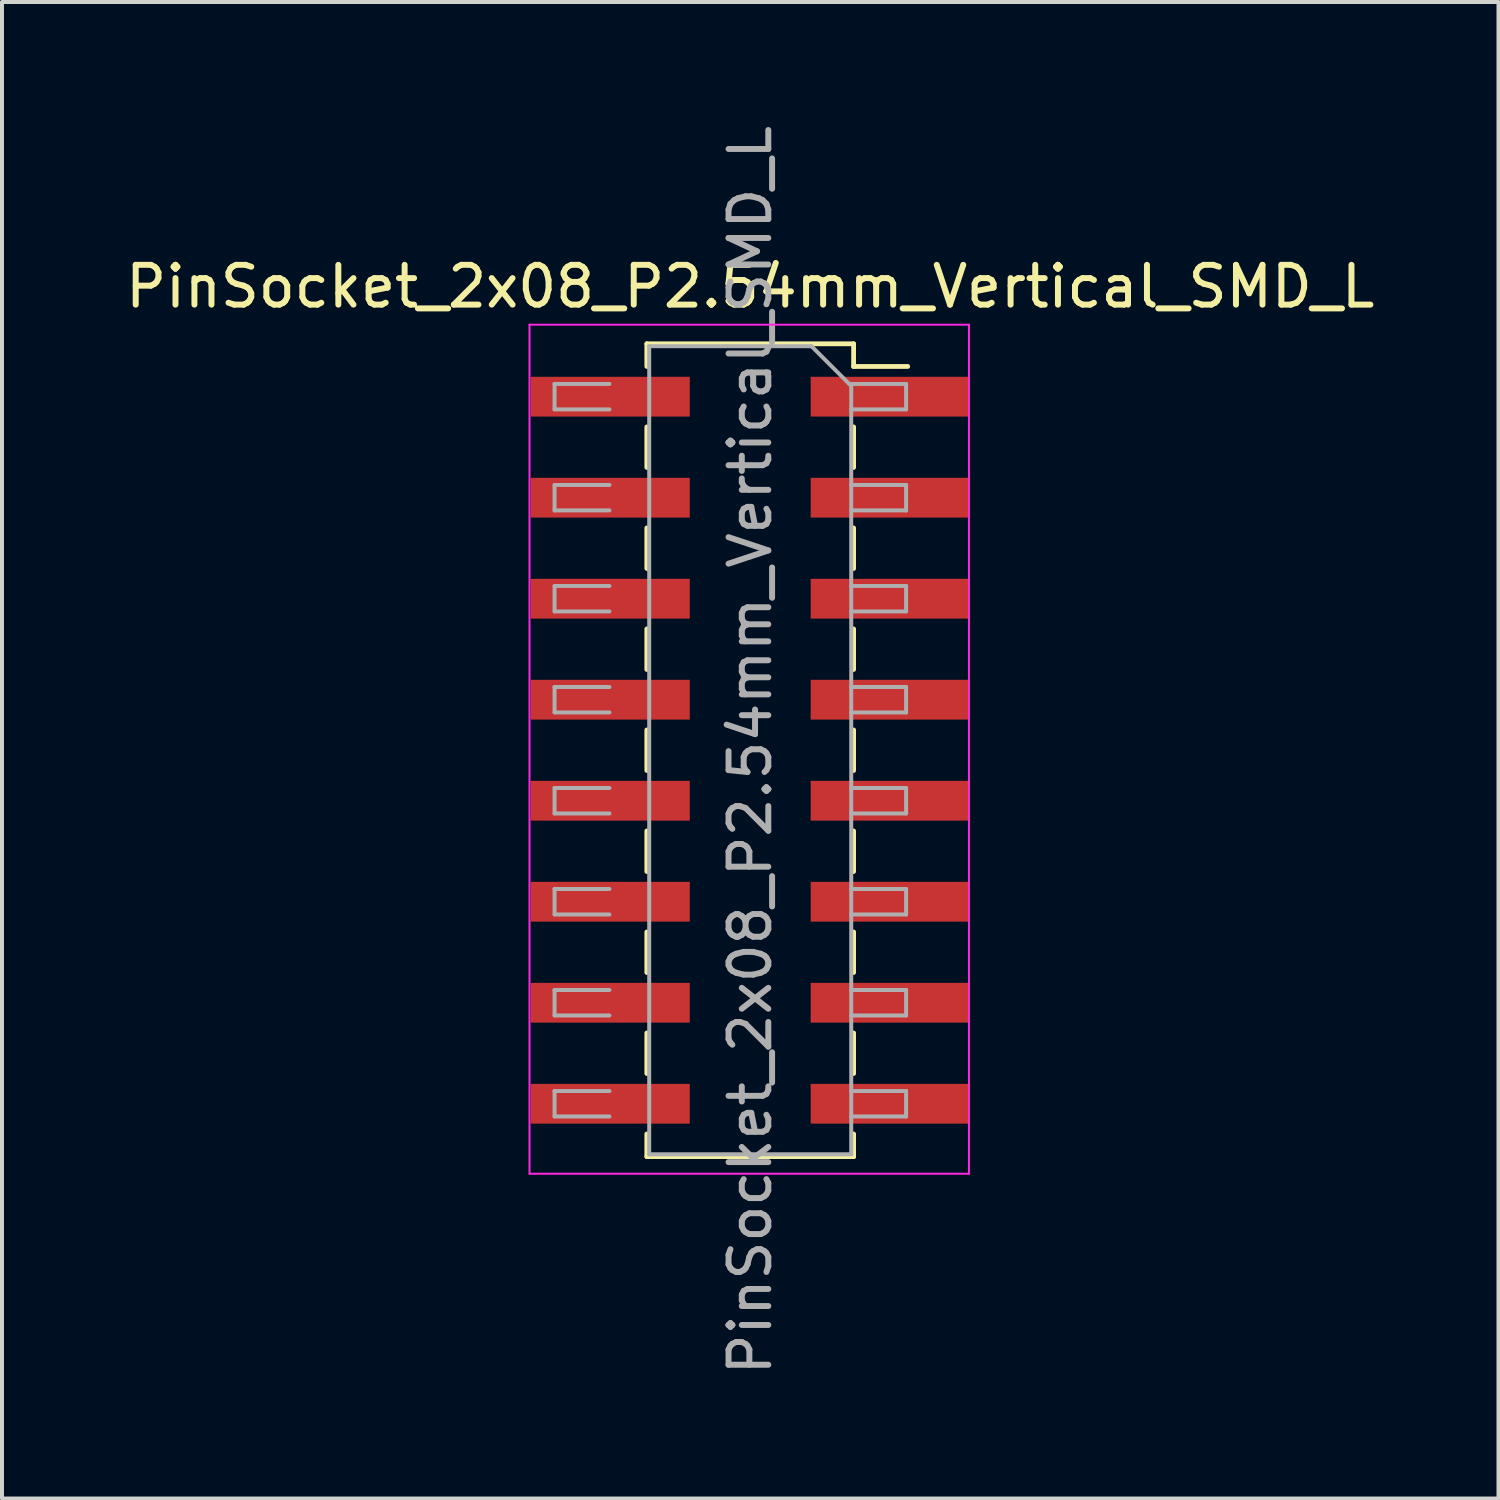
<source format=kicad_pcb>
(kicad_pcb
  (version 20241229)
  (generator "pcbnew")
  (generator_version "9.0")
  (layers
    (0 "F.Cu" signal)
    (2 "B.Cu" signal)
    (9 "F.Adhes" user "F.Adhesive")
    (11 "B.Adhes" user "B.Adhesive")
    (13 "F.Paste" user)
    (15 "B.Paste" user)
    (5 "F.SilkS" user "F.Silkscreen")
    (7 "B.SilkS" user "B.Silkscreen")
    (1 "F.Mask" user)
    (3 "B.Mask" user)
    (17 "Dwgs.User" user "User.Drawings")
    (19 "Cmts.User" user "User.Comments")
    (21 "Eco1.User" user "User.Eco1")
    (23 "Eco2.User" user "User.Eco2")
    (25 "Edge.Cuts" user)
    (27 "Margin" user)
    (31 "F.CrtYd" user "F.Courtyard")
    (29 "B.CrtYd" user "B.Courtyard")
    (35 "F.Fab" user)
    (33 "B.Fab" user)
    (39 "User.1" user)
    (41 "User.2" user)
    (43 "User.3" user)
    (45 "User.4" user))
  (footprint "PinSocket_2x08_P2.54mm_Vertical_SMD_L"
    (layer "F.Cu")
    (at 15.815 15.815)
    (property "Reference" "PinSocket_2x08_P2.54mm_Vertical_SMD_L" (at 0 -11.66 0) (layer "F.SilkS") (effects (font (size 1 1) (thickness 0.15))))
    (attr smd)
    (fp_line (start -2.6 -10.22) (end -2.6 -9.65) (stroke (width 0.12) (type solid)) (layer "F.SilkS"))
    (fp_line (start -2.6 -10.22) (end 2.6 -10.22) (stroke (width 0.12) (type solid)) (layer "F.SilkS"))
    (fp_line (start -2.6 -8.13) (end -2.6 -7.11) (stroke (width 0.12) (type solid)) (layer "F.SilkS"))
    (fp_line (start -2.6 -5.59) (end -2.6 -4.57) (stroke (width 0.12) (type solid)) (layer "F.SilkS"))
    (fp_line (start -2.6 -3.05) (end -2.6 -2.03) (stroke (width 0.12) (type solid)) (layer "F.SilkS"))
    (fp_line (start -2.6 -0.51) (end -2.6 0.51) (stroke (width 0.12) (type solid)) (layer "F.SilkS"))
    (fp_line (start -2.6 2.03) (end -2.6 3.05) (stroke (width 0.12) (type solid)) (layer "F.SilkS"))
    (fp_line (start -2.6 4.57) (end -2.6 5.59) (stroke (width 0.12) (type solid)) (layer "F.SilkS"))
    (fp_line (start -2.6 7.11) (end -2.6 8.13) (stroke (width 0.12) (type solid)) (layer "F.SilkS"))
    (fp_line (start -2.6 9.65) (end -2.6 10.22) (stroke (width 0.12) (type solid)) (layer "F.SilkS"))
    (fp_line (start -2.6 10.22) (end 2.6 10.22) (stroke (width 0.12) (type solid)) (layer "F.SilkS"))
    (fp_line (start 2.6 -10.22) (end 2.6 -9.65) (stroke (width 0.12) (type solid)) (layer "F.SilkS"))
    (fp_line (start 2.6 -9.65) (end 3.96 -9.65) (stroke (width 0.12) (type solid)) (layer "F.SilkS"))
    (fp_line (start 2.6 -8.13) (end 2.6 -7.11) (stroke (width 0.12) (type solid)) (layer "F.SilkS"))
    (fp_line (start 2.6 -5.59) (end 2.6 -4.57) (stroke (width 0.12) (type solid)) (layer "F.SilkS"))
    (fp_line (start 2.6 -3.05) (end 2.6 -2.03) (stroke (width 0.12) (type solid)) (layer "F.SilkS"))
    (fp_line (start 2.6 -0.51) (end 2.6 0.51) (stroke (width 0.12) (type solid)) (layer "F.SilkS"))
    (fp_line (start 2.6 2.03) (end 2.6 3.05) (stroke (width 0.12) (type solid)) (layer "F.SilkS"))
    (fp_line (start 2.6 4.57) (end 2.6 5.59) (stroke (width 0.12) (type solid)) (layer "F.SilkS"))
    (fp_line (start 2.6 7.11) (end 2.6 8.13) (stroke (width 0.12) (type solid)) (layer "F.SilkS"))
    (fp_line (start 2.6 9.65) (end 2.6 10.22) (stroke (width 0.12) (type solid)) (layer "F.SilkS"))
    (fp_line (start -5.55 -10.7) (end 5.5 -10.7) (stroke (width 0.05) (type solid)) (layer "F.CrtYd"))
    (fp_line (start -5.55 10.65) (end -5.55 -10.7) (stroke (width 0.05) (type solid)) (layer "F.CrtYd"))
    (fp_line (start 5.5 -10.7) (end 5.5 10.65) (stroke (width 0.05) (type solid)) (layer "F.CrtYd"))
    (fp_line (start 5.5 10.65) (end -5.55 10.65) (stroke (width 0.05) (type solid)) (layer "F.CrtYd"))
    (fp_line (start -4.92 -9.21) (end -3.54 -9.21) (stroke (width 0.1) (type solid)) (layer "F.Fab"))
    (fp_line (start -4.92 -8.57) (end -4.92 -9.21) (stroke (width 0.1) (type solid)) (layer "F.Fab"))
    (fp_line (start -4.92 -6.67) (end -3.54 -6.67) (stroke (width 0.1) (type solid)) (layer "F.Fab"))
    (fp_line (start -4.92 -6.03) (end -4.92 -6.67) (stroke (width 0.1) (type solid)) (layer "F.Fab"))
    (fp_line (start -4.92 -4.13) (end -3.54 -4.13) (stroke (width 0.1) (type solid)) (layer "F.Fab"))
    (fp_line (start -4.92 -3.49) (end -4.92 -4.13) (stroke (width 0.1) (type solid)) (layer "F.Fab"))
    (fp_line (start -4.92 -1.59) (end -3.54 -1.59) (stroke (width 0.1) (type solid)) (layer "F.Fab"))
    (fp_line (start -4.92 -0.95) (end -4.92 -1.59) (stroke (width 0.1) (type solid)) (layer "F.Fab"))
    (fp_line (start -4.92 0.95) (end -3.54 0.95) (stroke (width 0.1) (type solid)) (layer "F.Fab"))
    (fp_line (start -4.92 1.59) (end -4.92 0.95) (stroke (width 0.1) (type solid)) (layer "F.Fab"))
    (fp_line (start -4.92 3.49) (end -3.54 3.49) (stroke (width 0.1) (type solid)) (layer "F.Fab"))
    (fp_line (start -4.92 4.13) (end -4.92 3.49) (stroke (width 0.1) (type solid)) (layer "F.Fab"))
    (fp_line (start -4.92 6.03) (end -3.54 6.03) (stroke (width 0.1) (type solid)) (layer "F.Fab"))
    (fp_line (start -4.92 6.67) (end -4.92 6.03) (stroke (width 0.1) (type solid)) (layer "F.Fab"))
    (fp_line (start -4.92 8.57) (end -3.54 8.57) (stroke (width 0.1) (type solid)) (layer "F.Fab"))
    (fp_line (start -4.92 9.21) (end -4.92 8.57) (stroke (width 0.1) (type solid)) (layer "F.Fab"))
    (fp_line (start -3.54 -8.57) (end -4.92 -8.57) (stroke (width 0.1) (type solid)) (layer "F.Fab"))
    (fp_line (start -3.54 -6.03) (end -4.92 -6.03) (stroke (width 0.1) (type solid)) (layer "F.Fab"))
    (fp_line (start -3.54 -3.49) (end -4.92 -3.49) (stroke (width 0.1) (type solid)) (layer "F.Fab"))
    (fp_line (start -3.54 -0.95) (end -4.92 -0.95) (stroke (width 0.1) (type solid)) (layer "F.Fab"))
    (fp_line (start -3.54 1.59) (end -4.92 1.59) (stroke (width 0.1) (type solid)) (layer "F.Fab"))
    (fp_line (start -3.54 4.13) (end -4.92 4.13) (stroke (width 0.1) (type solid)) (layer "F.Fab"))
    (fp_line (start -3.54 6.67) (end -4.92 6.67) (stroke (width 0.1) (type solid)) (layer "F.Fab"))
    (fp_line (start -3.54 9.21) (end -4.92 9.21) (stroke (width 0.1) (type solid)) (layer "F.Fab"))
    (fp_line (start -2.54 -10.16) (end 1.54 -10.16) (stroke (width 0.1) (type solid)) (layer "F.Fab"))
    (fp_line (start -2.54 10.16) (end -2.54 -10.16) (stroke (width 0.1) (type solid)) (layer "F.Fab"))
    (fp_line (start 1.54 -10.16) (end 2.54 -9.16) (stroke (width 0.1) (type solid)) (layer "F.Fab"))
    (fp_line (start 2.54 -9.21) (end 3.92 -9.21) (stroke (width 0.1) (type solid)) (layer "F.Fab"))
    (fp_line (start 2.54 -9.16) (end 2.54 10.16) (stroke (width 0.1) (type solid)) (layer "F.Fab"))
    (fp_line (start 2.54 -6.67) (end 3.92 -6.67) (stroke (width 0.1) (type solid)) (layer "F.Fab"))
    (fp_line (start 2.54 -4.13) (end 3.92 -4.13) (stroke (width 0.1) (type solid)) (layer "F.Fab"))
    (fp_line (start 2.54 -1.59) (end 3.92 -1.59) (stroke (width 0.1) (type solid)) (layer "F.Fab"))
    (fp_line (start 2.54 0.95) (end 3.92 0.95) (stroke (width 0.1) (type solid)) (layer "F.Fab"))
    (fp_line (start 2.54 3.49) (end 3.92 3.49) (stroke (width 0.1) (type solid)) (layer "F.Fab"))
    (fp_line (start 2.54 6.03) (end 3.92 6.03) (stroke (width 0.1) (type solid)) (layer "F.Fab"))
    (fp_line (start 2.54 8.57) (end 3.92 8.57) (stroke (width 0.1) (type solid)) (layer "F.Fab"))
    (fp_line (start 2.54 10.16) (end -2.54 10.16) (stroke (width 0.1) (type solid)) (layer "F.Fab"))
    (fp_line (start 3.92 -9.21) (end 3.92 -8.57) (stroke (width 0.1) (type solid)) (layer "F.Fab"))
    (fp_line (start 3.92 -8.57) (end 2.54 -8.57) (stroke (width 0.1) (type solid)) (layer "F.Fab"))
    (fp_line (start 3.92 -6.67) (end 3.92 -6.03) (stroke (width 0.1) (type solid)) (layer "F.Fab"))
    (fp_line (start 3.92 -6.03) (end 2.54 -6.03) (stroke (width 0.1) (type solid)) (layer "F.Fab"))
    (fp_line (start 3.92 -4.13) (end 3.92 -3.49) (stroke (width 0.1) (type solid)) (layer "F.Fab"))
    (fp_line (start 3.92 -3.49) (end 2.54 -3.49) (stroke (width 0.1) (type solid)) (layer "F.Fab"))
    (fp_line (start 3.92 -1.59) (end 3.92 -0.95) (stroke (width 0.1) (type solid)) (layer "F.Fab"))
    (fp_line (start 3.92 -0.95) (end 2.54 -0.95) (stroke (width 0.1) (type solid)) (layer "F.Fab"))
    (fp_line (start 3.92 0.95) (end 3.92 1.59) (stroke (width 0.1) (type solid)) (layer "F.Fab"))
    (fp_line (start 3.92 1.59) (end 2.54 1.59) (stroke (width 0.1) (type solid)) (layer "F.Fab"))
    (fp_line (start 3.92 3.49) (end 3.92 4.13) (stroke (width 0.1) (type solid)) (layer "F.Fab"))
    (fp_line (start 3.92 4.13) (end 2.54 4.13) (stroke (width 0.1) (type solid)) (layer "F.Fab"))
    (fp_line (start 3.92 6.03) (end 3.92 6.67) (stroke (width 0.1) (type solid)) (layer "F.Fab"))
    (fp_line (start 3.92 6.67) (end 2.54 6.67) (stroke (width 0.1) (type solid)) (layer "F.Fab"))
    (fp_line (start 3.92 8.57) (end 3.92 9.21) (stroke (width 0.1) (type solid)) (layer "F.Fab"))
    (fp_line (start 3.92 9.21) (end 2.54 9.21) (stroke (width 0.1) (type solid)) (layer "F.Fab"))
    (fp_text user "${REFERENCE}" (at 0 0 90) (layer "F.Fab") (effects (font (size 1 1) (thickness 0.15))))
    (pad "1" smd rect (at 3.52 -8.89) (size 4 1) (layers "F.Cu" "F.Mask" "F.Paste"))
    (pad "2" smd rect (at -3.52 -8.89) (size 4 1) (layers "F.Cu" "F.Mask" "F.Paste"))
    (pad "3" smd rect (at 3.52 -6.35) (size 4 1) (layers "F.Cu" "F.Mask" "F.Paste"))
    (pad "4" smd rect (at -3.52 -6.35) (size 4 1) (layers "F.Cu" "F.Mask" "F.Paste"))
    (pad "5" smd rect (at 3.52 -3.81) (size 4 1) (layers "F.Cu" "F.Mask" "F.Paste"))
    (pad "6" smd rect (at -3.52 -3.81) (size 4 1) (layers "F.Cu" "F.Mask" "F.Paste"))
    (pad "7" smd rect (at 3.52 -1.27) (size 4 1) (layers "F.Cu" "F.Mask" "F.Paste"))
    (pad "8" smd rect (at -3.52 -1.27) (size 4 1) (layers "F.Cu" "F.Mask" "F.Paste"))
    (pad "9" smd rect (at 3.52 1.27) (size 4 1) (layers "F.Cu" "F.Mask" "F.Paste"))
    (pad "10" smd rect (at -3.52 1.27) (size 4 1) (layers "F.Cu" "F.Mask" "F.Paste"))
    (pad "11" smd rect (at 3.52 3.81) (size 4 1) (layers "F.Cu" "F.Mask" "F.Paste"))
    (pad "12" smd rect (at -3.52 3.81) (size 4 1) (layers "F.Cu" "F.Mask" "F.Paste"))
    (pad "13" smd rect (at 3.52 6.35) (size 4 1) (layers "F.Cu" "F.Mask" "F.Paste"))
    (pad "14" smd rect (at -3.52 6.35) (size 4 1) (layers "F.Cu" "F.Mask" "F.Paste"))
    (pad "15" smd rect (at 3.52 8.89) (size 4 1) (layers "F.Cu" "F.Mask" "F.Paste"))
    (pad "16" smd rect (at -3.52 8.89) (size 4 1) (layers "F.Cu" "F.Mask" "F.Paste")))
  (gr_rect
    (start -3 -3)
    (end 34.631 34.631)
    (stroke (width 0.1) (type default))
    (fill no)
    (layer "Edge.Cuts")))
</source>
